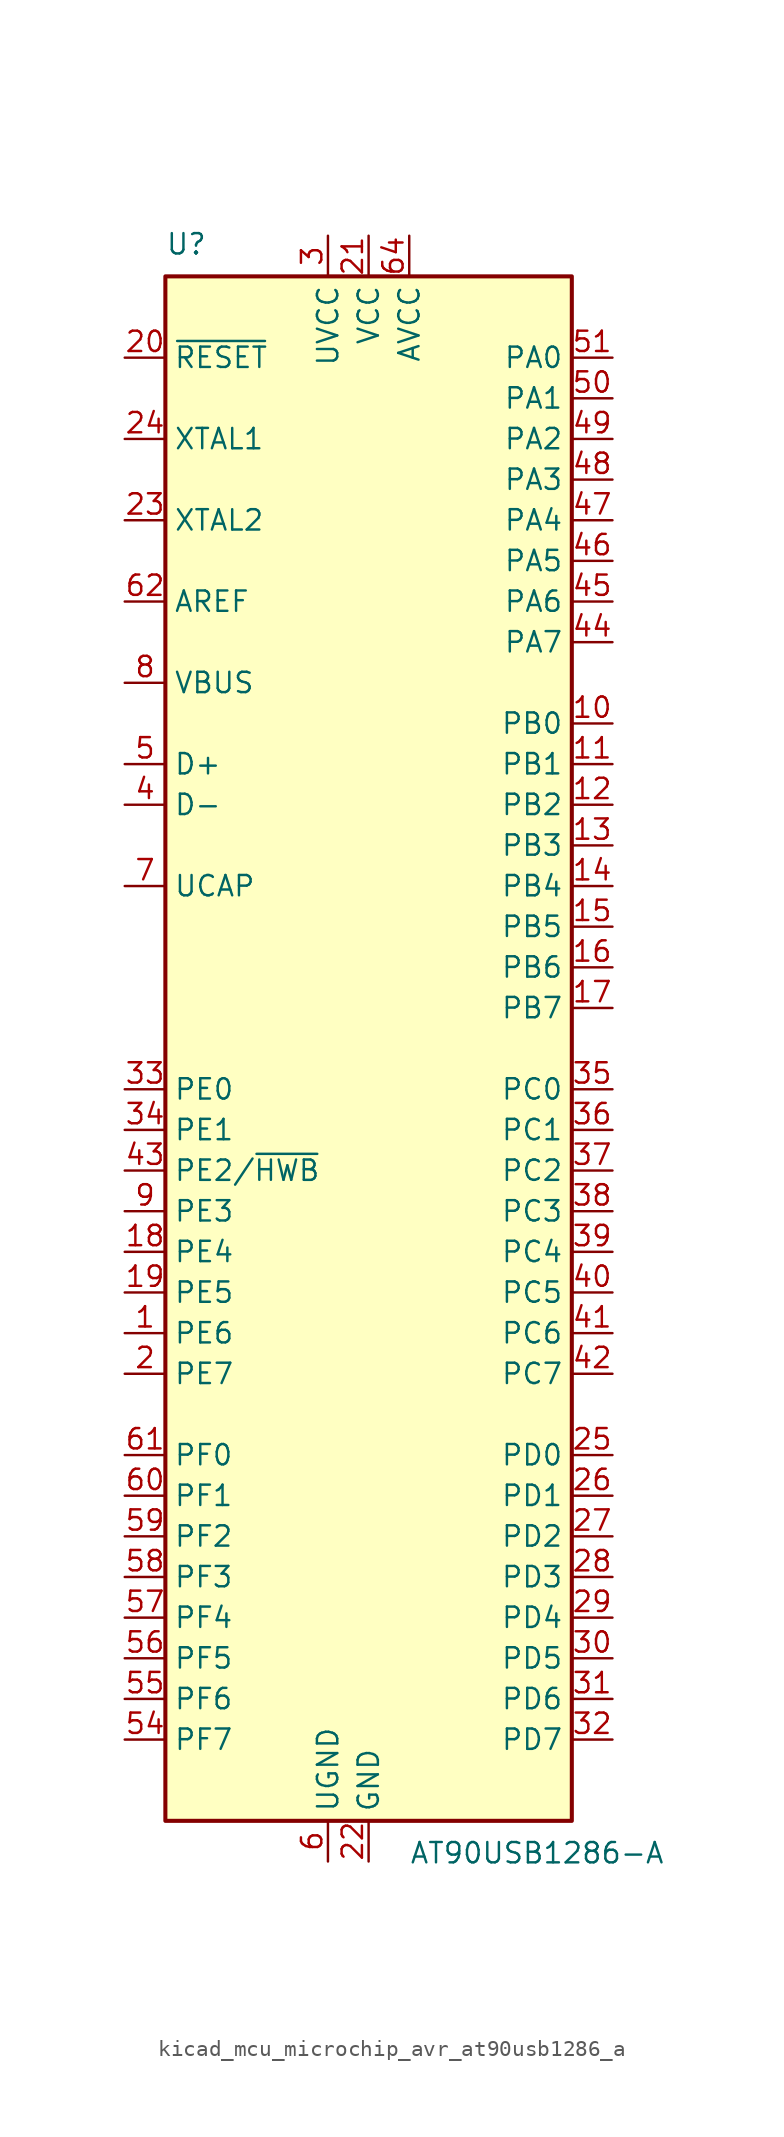
<source format=kicad_sym>
(kicad_symbol_lib
  (version 20220914)
  (generator kicad_symbol_editor)
  (symbol "kicad_mcu_microchip_avr_at90usb1286_a"
    (property "Reference" "U"
      (at -12.7 49.53 0)
      (effects (font (size 1.27 1.27)) (justify left bottom)))
    (property "Value" "AT90USB1286-A"
      (at 2.54 -49.53 0)
      (effects (font (size 1.27 1.27)) (justify left top)))
    (symbol "kicad_mcu_microchip_avr_at90usb1286_a_0_1"
      (rectangle (start -12.7 -48.26) (end 12.7 48.26) (stroke (width 0.254) (type default)) (fill (type background))))
    (symbol "kicad_mcu_microchip_avr_at90usb1286_a_1_1"
      (pin bidirectional line (at -15.24 -17.78 0) (length 2.54) (name "PE6" (effects (font (size 1.27 1.27)))) (number "1" (effects (font (size 1.27 1.27)))))
      (pin bidirectional line (at 15.24 20.32 180) (length 2.54) (name "PB0" (effects (font (size 1.27 1.27)))) (number "10" (effects (font (size 1.27 1.27)))))
      (pin bidirectional line (at 15.24 17.78 180) (length 2.54) (name "PB1" (effects (font (size 1.27 1.27)))) (number "11" (effects (font (size 1.27 1.27)))))
      (pin bidirectional line (at 15.24 15.24 180) (length 2.54) (name "PB2" (effects (font (size 1.27 1.27)))) (number "12" (effects (font (size 1.27 1.27)))))
      (pin bidirectional line (at 15.24 12.7 180) (length 2.54) (name "PB3" (effects (font (size 1.27 1.27)))) (number "13" (effects (font (size 1.27 1.27)))))
      (pin bidirectional line (at 15.24 10.16 180) (length 2.54) (name "PB4" (effects (font (size 1.27 1.27)))) (number "14" (effects (font (size 1.27 1.27)))))
      (pin bidirectional line (at 15.24 7.62 180) (length 2.54) (name "PB5" (effects (font (size 1.27 1.27)))) (number "15" (effects (font (size 1.27 1.27)))))
      (pin bidirectional line (at 15.24 5.08 180) (length 2.54) (name "PB6" (effects (font (size 1.27 1.27)))) (number "16" (effects (font (size 1.27 1.27)))))
      (pin bidirectional line (at 15.24 2.54 180) (length 2.54) (name "PB7" (effects (font (size 1.27 1.27)))) (number "17" (effects (font (size 1.27 1.27)))))
      (pin bidirectional line (at -15.24 -12.7 0) (length 2.54) (name "PE4" (effects (font (size 1.27 1.27)))) (number "18" (effects (font (size 1.27 1.27)))))
      (pin bidirectional line (at -15.24 -15.24 0) (length 2.54) (name "PE5" (effects (font (size 1.27 1.27)))) (number "19" (effects (font (size 1.27 1.27)))))
      (pin bidirectional line (at -15.24 -20.32 0) (length 2.54) (name "PE7" (effects (font (size 1.27 1.27)))) (number "2" (effects (font (size 1.27 1.27)))))
      (pin input line (at -15.24 43.18 0) (length 2.54) (name "~{RESET}" (effects (font (size 1.27 1.27)))) (number "20" (effects (font (size 1.27 1.27)))))
      (pin power_in line (at 0 50.8 270) (length 2.54) (name "VCC" (effects (font (size 1.27 1.27)))) (number "21" (effects (font (size 1.27 1.27)))))
      (pin power_in line (at 0 -50.8 90) (length 2.54) (name "GND" (effects (font (size 1.27 1.27)))) (number "22" (effects (font (size 1.27 1.27)))))
      (pin output line (at -15.24 33.02 0) (length 2.54) (name "XTAL2" (effects (font (size 1.27 1.27)))) (number "23" (effects (font (size 1.27 1.27)))))
      (pin input line (at -15.24 38.1 0) (length 2.54) (name "XTAL1" (effects (font (size 1.27 1.27)))) (number "24" (effects (font (size 1.27 1.27)))))
      (pin bidirectional line (at 15.24 -25.4 180) (length 2.54) (name "PD0" (effects (font (size 1.27 1.27)))) (number "25" (effects (font (size 1.27 1.27)))))
      (pin bidirectional line (at 15.24 -27.94 180) (length 2.54) (name "PD1" (effects (font (size 1.27 1.27)))) (number "26" (effects (font (size 1.27 1.27)))))
      (pin bidirectional line (at 15.24 -30.48 180) (length 2.54) (name "PD2" (effects (font (size 1.27 1.27)))) (number "27" (effects (font (size 1.27 1.27)))))
      (pin bidirectional line (at 15.24 -33.02 180) (length 2.54) (name "PD3" (effects (font (size 1.27 1.27)))) (number "28" (effects (font (size 1.27 1.27)))))
      (pin bidirectional line (at 15.24 -35.56 180) (length 2.54) (name "PD4" (effects (font (size 1.27 1.27)))) (number "29" (effects (font (size 1.27 1.27)))))
      (pin power_in line (at -2.54 50.8 270) (length 2.54) (name "UVCC" (effects (font (size 1.27 1.27)))) (number "3" (effects (font (size 1.27 1.27)))))
      (pin bidirectional line (at 15.24 -38.1 180) (length 2.54) (name "PD5" (effects (font (size 1.27 1.27)))) (number "30" (effects (font (size 1.27 1.27)))))
      (pin bidirectional line (at 15.24 -40.64 180) (length 2.54) (name "PD6" (effects (font (size 1.27 1.27)))) (number "31" (effects (font (size 1.27 1.27)))))
      (pin bidirectional line (at 15.24 -43.18 180) (length 2.54) (name "PD7" (effects (font (size 1.27 1.27)))) (number "32" (effects (font (size 1.27 1.27)))))
      (pin bidirectional line (at -15.24 -2.54 0) (length 2.54) (name "PE0" (effects (font (size 1.27 1.27)))) (number "33" (effects (font (size 1.27 1.27)))))
      (pin bidirectional line (at -15.24 -5.08 0) (length 2.54) (name "PE1" (effects (font (size 1.27 1.27)))) (number "34" (effects (font (size 1.27 1.27)))))
      (pin bidirectional line (at 15.24 -2.54 180) (length 2.54) (name "PC0" (effects (font (size 1.27 1.27)))) (number "35" (effects (font (size 1.27 1.27)))))
      (pin bidirectional line (at 15.24 -5.08 180) (length 2.54) (name "PC1" (effects (font (size 1.27 1.27)))) (number "36" (effects (font (size 1.27 1.27)))))
      (pin bidirectional line (at 15.24 -7.62 180) (length 2.54) (name "PC2" (effects (font (size 1.27 1.27)))) (number "37" (effects (font (size 1.27 1.27)))))
      (pin bidirectional line (at 15.24 -10.16 180) (length 2.54) (name "PC3" (effects (font (size 1.27 1.27)))) (number "38" (effects (font (size 1.27 1.27)))))
      (pin bidirectional line (at 15.24 -12.7 180) (length 2.54) (name "PC4" (effects (font (size 1.27 1.27)))) (number "39" (effects (font (size 1.27 1.27)))))
      (pin bidirectional line (at -15.24 15.24 0) (length 2.54) (name "D-" (effects (font (size 1.27 1.27)))) (number "4" (effects (font (size 1.27 1.27)))))
      (pin bidirectional line (at 15.24 -15.24 180) (length 2.54) (name "PC5" (effects (font (size 1.27 1.27)))) (number "40" (effects (font (size 1.27 1.27)))))
      (pin bidirectional line (at 15.24 -17.78 180) (length 2.54) (name "PC6" (effects (font (size 1.27 1.27)))) (number "41" (effects (font (size 1.27 1.27)))))
      (pin bidirectional line (at 15.24 -20.32 180) (length 2.54) (name "PC7" (effects (font (size 1.27 1.27)))) (number "42" (effects (font (size 1.27 1.27)))))
      (pin bidirectional line (at -15.24 -7.62 0) (length 2.54) (name "PE2/~{HWB}" (effects (font (size 1.27 1.27)))) (number "43" (effects (font (size 1.27 1.27)))))
      (pin bidirectional line (at 15.24 25.4 180) (length 2.54) (name "PA7" (effects (font (size 1.27 1.27)))) (number "44" (effects (font (size 1.27 1.27)))))
      (pin bidirectional line (at 15.24 27.94 180) (length 2.54) (name "PA6" (effects (font (size 1.27 1.27)))) (number "45" (effects (font (size 1.27 1.27)))))
      (pin bidirectional line (at 15.24 30.48 180) (length 2.54) (name "PA5" (effects (font (size 1.27 1.27)))) (number "46" (effects (font (size 1.27 1.27)))))
      (pin bidirectional line (at 15.24 33.02 180) (length 2.54) (name "PA4" (effects (font (size 1.27 1.27)))) (number "47" (effects (font (size 1.27 1.27)))))
      (pin bidirectional line (at 15.24 35.56 180) (length 2.54) (name "PA3" (effects (font (size 1.27 1.27)))) (number "48" (effects (font (size 1.27 1.27)))))
      (pin bidirectional line (at 15.24 38.1 180) (length 2.54) (name "PA2" (effects (font (size 1.27 1.27)))) (number "49" (effects (font (size 1.27 1.27)))))
      (pin bidirectional line (at -15.24 17.78 0) (length 2.54) (name "D+" (effects (font (size 1.27 1.27)))) (number "5" (effects (font (size 1.27 1.27)))))
      (pin bidirectional line (at 15.24 40.64 180) (length 2.54) (name "PA1" (effects (font (size 1.27 1.27)))) (number "50" (effects (font (size 1.27 1.27)))))
      (pin bidirectional line (at 15.24 43.18 180) (length 2.54) (name "PA0" (effects (font (size 1.27 1.27)))) (number "51" (effects (font (size 1.27 1.27)))))
      (pin passive line (at 0 50.8 270) (length 2.54) hide (name "VCC" (effects (font (size 1.27 1.27)))) (number "52" (effects (font (size 1.27 1.27)))))
      (pin passive line (at 0 -50.8 90) (length 2.54) hide (name "GND" (effects (font (size 1.27 1.27)))) (number "53" (effects (font (size 1.27 1.27)))))
      (pin bidirectional line (at -15.24 -43.18 0) (length 2.54) (name "PF7" (effects (font (size 1.27 1.27)))) (number "54" (effects (font (size 1.27 1.27)))))
      (pin bidirectional line (at -15.24 -40.64 0) (length 2.54) (name "PF6" (effects (font (size 1.27 1.27)))) (number "55" (effects (font (size 1.27 1.27)))))
      (pin bidirectional line (at -15.24 -38.1 0) (length 2.54) (name "PF5" (effects (font (size 1.27 1.27)))) (number "56" (effects (font (size 1.27 1.27)))))
      (pin bidirectional line (at -15.24 -35.56 0) (length 2.54) (name "PF4" (effects (font (size 1.27 1.27)))) (number "57" (effects (font (size 1.27 1.27)))))
      (pin bidirectional line (at -15.24 -33.02 0) (length 2.54) (name "PF3" (effects (font (size 1.27 1.27)))) (number "58" (effects (font (size 1.27 1.27)))))
      (pin bidirectional line (at -15.24 -30.48 0) (length 2.54) (name "PF2" (effects (font (size 1.27 1.27)))) (number "59" (effects (font (size 1.27 1.27)))))
      (pin power_in line (at -2.54 -50.8 90) (length 2.54) (name "UGND" (effects (font (size 1.27 1.27)))) (number "6" (effects (font (size 1.27 1.27)))))
      (pin bidirectional line (at -15.24 -27.94 0) (length 2.54) (name "PF1" (effects (font (size 1.27 1.27)))) (number "60" (effects (font (size 1.27 1.27)))))
      (pin bidirectional line (at -15.24 -25.4 0) (length 2.54) (name "PF0" (effects (font (size 1.27 1.27)))) (number "61" (effects (font (size 1.27 1.27)))))
      (pin passive line (at -15.24 27.94 0) (length 2.54) (name "AREF" (effects (font (size 1.27 1.27)))) (number "62" (effects (font (size 1.27 1.27)))))
      (pin passive line (at 0 -50.8 90) (length 2.54) hide (name "GND" (effects (font (size 1.27 1.27)))) (number "63" (effects (font (size 1.27 1.27)))))
      (pin power_in line (at 2.54 50.8 270) (length 2.54) (name "AVCC" (effects (font (size 1.27 1.27)))) (number "64" (effects (font (size 1.27 1.27)))))
      (pin passive line (at -15.24 10.16 0) (length 2.54) (name "UCAP" (effects (font (size 1.27 1.27)))) (number "7" (effects (font (size 1.27 1.27)))))
      (pin input line (at -15.24 22.86 0) (length 2.54) (name "VBUS" (effects (font (size 1.27 1.27)))) (number "8" (effects (font (size 1.27 1.27)))))
      (pin bidirectional line (at -15.24 -10.16 0) (length 2.54) (name "PE3" (effects (font (size 1.27 1.27)))) (number "9" (effects (font (size 1.27 1.27))))))))
</source>
